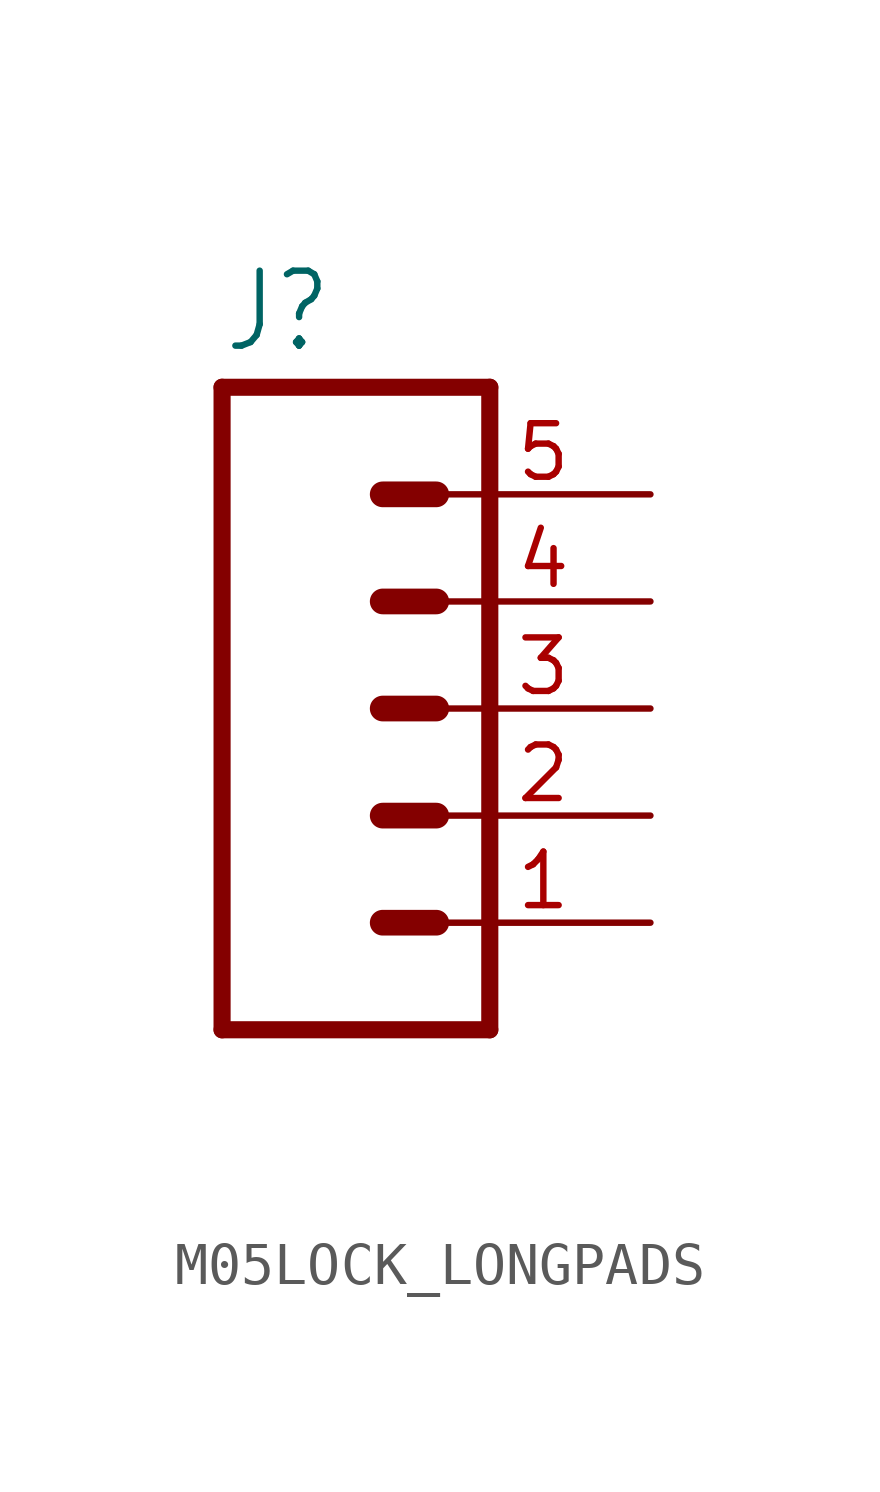
<source format=kicad_sym>
(kicad_symbol_lib
  (version 20220914)
  (generator kicad_symbol_editor)
  (symbol "M05LOCK_LONGPADS"
    (property "Reference" "J"
      (at -2.54 8.382 0)
      (effects (font (size 1.778 1.511)) (justify left bottom)))
    (property "Value" ""
      (at -2.54 -10.16 0)
      (effects (font (size 1.778 1.511)) (justify left bottom)))
    (property "ki_locked" ""
      (at 0 0 0)
      (effects (font (size 1.27 1.27))))
    (symbol "M05LOCK_LONGPADS_1_0"
      (polyline (pts (xy -2.54 7.62) (xy -2.54 -7.62)) (stroke (width 0.406) (type solid)) (fill (type none)))
      (polyline (pts (xy -2.54 7.62) (xy 3.81 7.62)) (stroke (width 0.406) (type solid)) (fill (type none)))
      (polyline (pts (xy 1.27 -5.08) (xy 2.54 -5.08)) (stroke (width 0.61) (type solid)) (fill (type none)))
      (polyline (pts (xy 1.27 -2.54) (xy 2.54 -2.54)) (stroke (width 0.61) (type solid)) (fill (type none)))
      (polyline (pts (xy 1.27 0) (xy 2.54 0)) (stroke (width 0.61) (type solid)) (fill (type none)))
      (polyline (pts (xy 1.27 2.54) (xy 2.54 2.54)) (stroke (width 0.61) (type solid)) (fill (type none)))
      (polyline (pts (xy 1.27 5.08) (xy 2.54 5.08)) (stroke (width 0.61) (type solid)) (fill (type none)))
      (polyline (pts (xy 3.81 -7.62) (xy -2.54 -7.62)) (stroke (width 0.406) (type solid)) (fill (type none)))
      (polyline (pts (xy 3.81 -7.62) (xy 3.81 7.62)) (stroke (width 0.406) (type solid)) (fill (type none)))
      (pin passive line (at 7.62 -5.08 180) (length 5.08) (name "1" (effects (font (size 0 0)))) (number "1" (effects (font (size 1.27 1.27)))))
      (pin passive line (at 7.62 -2.54 180) (length 5.08) (name "2" (effects (font (size 0 0)))) (number "2" (effects (font (size 1.27 1.27)))))
      (pin passive line (at 7.62 0 180) (length 5.08) (name "3" (effects (font (size 0 0)))) (number "3" (effects (font (size 1.27 1.27)))))
      (pin passive line (at 7.62 2.54 180) (length 5.08) (name "4" (effects (font (size 0 0)))) (number "4" (effects (font (size 1.27 1.27)))))
      (pin passive line (at 7.62 5.08 180) (length 5.08) (name "5" (effects (font (size 0 0)))) (number "5" (effects (font (size 1.27 1.27))))))))
</source>
